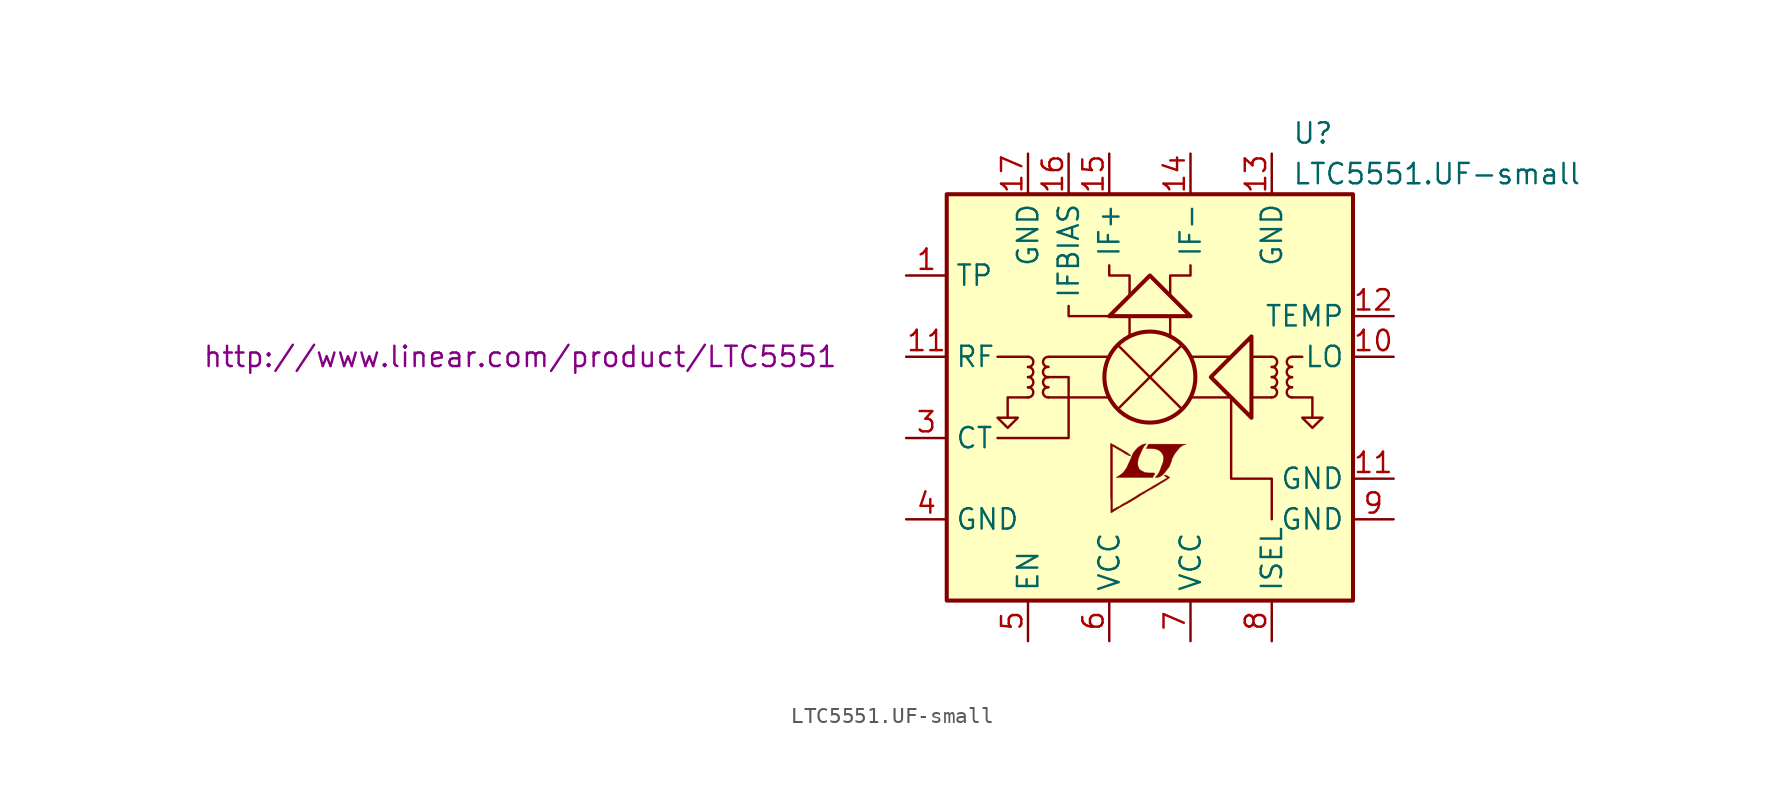
<source format=kicad_sym>
(kicad_symbol_lib
  (version 20201005)
  (generator kicad_symbol_editor)
  (symbol "LTC5551.UF-small"
    (property "Reference" "U"
      (at 8.89 16.51 0)
      (effects (font (size 1.27 1.27)) (justify left)))
    (property "Value" "LTC5551.UF-small"
      (at 8.89 13.97 0)
      (effects (font (size 1.27 1.27)) (justify left)))
    (property "Datasheet" "http://www.linear.com/product/LTC5551"
      (at -39.37 2.54 0)
      (effects (font (size 1.27 1.27))))
    (symbol "LTC5551.UF-small_0_0"
      (polyline (pts (xy 0.584 -4.978) (xy 0.762 -4.877) (xy 0.914 -4.724) (xy 1.219 -4.318) (xy 1.321 -4.064) (xy 1.397 -3.81) (xy 1.549 -3.531) (xy 1.727 -3.302) (xy 1.905 -3.099) (xy 2.108 -2.972) (xy 2.261 -2.921) (xy -0.076 -2.921) (xy -0.152 -3.048) (xy -0.152 -3.073) (xy -0.203 -3.15) (xy -0.229 -3.175) (xy -0.178 -3.2) (xy 0.102 -3.2) (xy 0.356 -3.226) (xy 0.559 -3.302) (xy 0.711 -3.429) (xy 0.813 -3.581) (xy 0.864 -3.759) (xy 0.838 -3.988) (xy 0.838 -4.013) (xy 0.61 -4.623) (xy 0.508 -4.801) (xy 0.406 -4.928) (xy 0.33 -5.004) (xy 0.432 -5.004) (xy 0.584 -4.978)) (stroke (width 0.025)) (fill (type outline)))
      (polyline (pts (xy 0.229 -4.902) (xy 0.254 -4.877) (xy 0.305 -4.801) (xy 0.305 -4.75) (xy 0.254 -4.724) (xy -0.051 -4.724) (xy -0.305 -4.699) (xy -0.508 -4.597) (xy -0.66 -4.496) (xy -0.737 -4.318) (xy -0.762 -4.14) (xy -0.737 -3.912) (xy -0.737 -3.886) (xy -0.686 -3.734) (xy -0.533 -3.378) (xy -0.381 -3.073) (xy -0.305 -2.997) (xy -0.229 -2.896) (xy -0.356 -2.921) (xy -0.508 -2.972) (xy -0.711 -3.099) (xy -0.889 -3.277) (xy -1.041 -3.48) (xy -1.168 -3.759) (xy -1.168 -3.785) (xy -1.321 -4.115) (xy -1.448 -4.394) (xy -1.6 -4.623) (xy -1.753 -4.775) (xy -1.93 -4.902) (xy -2.108 -5.004) (xy 0.178 -5.004) (xy 0.229 -4.902)) (stroke (width 0.025)) (fill (type outline)))
      (polyline (pts (xy -2.362 -7.188) (xy -2.286 -7.137) (xy -2.159 -7.061) (xy -2.083 -7.01) (xy -1.829 -6.858) (xy -1.27 -6.553) (xy -0.762 -6.248) (xy -0.533 -6.096) (xy -0.356 -5.994) (xy -0.203 -5.893) (xy -0.102 -5.842) (xy -0.025 -5.791) (xy 0.127 -5.715) (xy 0.305 -5.613) (xy 0.711 -5.359) (xy 0.889 -5.258) (xy 1.041 -5.156) (xy 1.143 -5.08) (xy 1.219 -5.029) (xy 1.245 -5.004) (xy 1.092 -4.902) (xy 0.94 -4.851) (xy 0.914 -4.877) (xy 0.914 -4.902) (xy 0.991 -4.953) (xy 1.092 -5.029) (xy 0.178 -5.563) (xy -0.025 -5.69) (xy -0.33 -5.867) (xy -0.66 -6.045) (xy -0.965 -6.248) (xy -1.27 -6.426) (xy -1.524 -6.579) (xy -1.727 -6.68) (xy -1.905 -6.807) (xy -2.083 -6.883) (xy -2.21 -6.96) (xy -2.311 -7.01) (xy -2.337 -7.036) (xy -2.337 -3.048) (xy -1.803 -3.353) (xy -1.676 -3.429) (xy -1.524 -3.531) (xy -1.372 -3.607) (xy -1.295 -3.632) (xy -1.245 -3.658) (xy -1.219 -3.658) (xy -1.219 -3.607) (xy -1.295 -3.556) (xy -1.422 -3.454) (xy -1.6 -3.353) (xy -1.727 -3.277) (xy -2.083 -3.073) (xy -2.21 -2.997) (xy -2.464 -2.87) (xy -2.464 -6.147) (xy -2.438 -6.452) (xy -2.438 -7.214) (xy -2.413 -7.214) (xy -2.362 -7.188)) (stroke (width 0.025)) (fill (type outline))))
    (symbol "LTC5551.UF-small_0_1"
      (arc (start -7.62 0) (end -7.62 0.635) (radius (at -7.62 0.3048) (length 0.3048) (angles -89.9 89.9)) (stroke (width 0)) (fill (type none)))
      (arc (start -7.62 0.635) (end -7.62 1.27) (radius (at -7.62 0.9398) (length 0.3048) (angles -89.9 89.9)) (stroke (width 0)) (fill (type none)))
      (arc (start -7.62 1.27) (end -7.62 1.905) (radius (at -7.62 1.5748) (length 0.3048) (angles -89.9 89.9)) (stroke (width 0)) (fill (type none)))
      (arc (start -7.62 1.905) (end -7.62 2.54) (radius (at -7.62 2.2098) (length 0.3048) (angles -89.9 89.9)) (stroke (width 0)) (fill (type none)))
      (arc (start -6.35 0.635) (end -6.35 0) (radius (at -6.35 0.3302) (length 0.3048) (angles 90.1 -90.1)) (stroke (width 0)) (fill (type none)))
      (arc (start -6.35 1.27) (end -6.35 0.635) (radius (at -6.35 0.9652) (length 0.3048) (angles 90.1 -90.1)) (stroke (width 0)) (fill (type none)))
      (arc (start -6.35 1.905) (end -6.35 1.27) (radius (at -6.35 1.6002) (length 0.3048) (angles 90.1 -90.1)) (stroke (width 0)) (fill (type none)))
      (arc (start -6.35 2.54) (end -6.35 1.905) (radius (at -6.35 2.2352) (length 0.3048) (angles 90.1 -90.1)) (stroke (width 0)) (fill (type none)))
      (arc (start 7.62 0) (end 7.62 0.635) (radius (at 7.62 0.3048) (length 0.3048) (angles -89.9 89.9)) (stroke (width 0)) (fill (type none)))
      (arc (start 7.62 0.635) (end 7.62 1.27) (radius (at 7.62 0.9398) (length 0.3048) (angles -89.9 89.9)) (stroke (width 0)) (fill (type none)))
      (arc (start 7.62 1.27) (end 7.62 1.905) (radius (at 7.62 1.5748) (length 0.3048) (angles -89.9 89.9)) (stroke (width 0)) (fill (type none)))
      (arc (start 7.62 1.905) (end 7.62 2.54) (radius (at 7.62 2.2098) (length 0.3048) (angles -89.9 89.9)) (stroke (width 0)) (fill (type none)))
      (arc (start 8.89 0.635) (end 8.89 0) (radius (at 8.89 0.3302) (length 0.3048) (angles 90.1 -90.1)) (stroke (width 0)) (fill (type none)))
      (arc (start 8.89 1.27) (end 8.89 0.635) (radius (at 8.89 0.9652) (length 0.3048) (angles 90.1 -90.1)) (stroke (width 0)) (fill (type none)))
      (arc (start 8.89 1.905) (end 8.89 1.27) (radius (at 8.89 1.6002) (length 0.3048) (angles 90.1 -90.1)) (stroke (width 0)) (fill (type none)))
      (arc (start 8.89 2.54) (end 8.89 1.905) (radius (at 8.89 2.2352) (length 0.3048) (angles 90.1 -90.1)) (stroke (width 0)) (fill (type none)))
      (circle (center 0 1.27) (radius 2.845) (stroke (width 0.254)) (fill (type none)))
      (rectangle (start 12.7 12.7) (end -12.7 -12.7) (stroke (width 0.254)) (fill (type background)))
      (polyline (pts (xy -9.525 2.54) (xy -7.62 2.54)) (stroke (width 0)) (fill (type none)))
      (polyline (pts (xy -6.35 0) (xy -2.54 0)) (stroke (width 0)) (fill (type none)))
      (polyline (pts (xy -6.35 2.54) (xy -2.54 2.54)) (stroke (width 0)) (fill (type none)))
      (polyline (pts (xy -1.905 3.175) (xy 1.905 -0.635)) (stroke (width 0)) (fill (type none)))
      (polyline (pts (xy -1.27 3.81) (xy -1.27 5.08)) (stroke (width 0)) (fill (type none)))
      (polyline (pts (xy 1.27 3.81) (xy 1.27 5.08)) (stroke (width 0)) (fill (type none)))
      (polyline (pts (xy 1.905 3.175) (xy -1.905 -0.635)) (stroke (width 0)) (fill (type none)))
      (polyline (pts (xy 5.08 0) (xy 2.54 0)) (stroke (width 0)) (fill (type none)))
      (polyline (pts (xy 5.08 2.54) (xy 2.54 2.54)) (stroke (width 0)) (fill (type none)))
      (polyline (pts (xy 6.35 2.54) (xy 7.62 2.54)) (stroke (width 0)) (fill (type none)))
      (polyline (pts (xy 7.62 0) (xy 6.35 0)) (stroke (width 0)) (fill (type none)))
      (polyline (pts (xy 9.525 2.54) (xy 8.89 2.54)) (stroke (width 0)) (fill (type none)))
      (polyline (pts (xy -7.62 0) (xy -8.89 0) (xy -8.89 -1.27)) (stroke (width 0)) (fill (type none)))
      (polyline (pts (xy -2.54 5.08) (xy -5.08 5.08) (xy -5.08 5.715)) (stroke (width 0)) (fill (type none)))
      (polyline (pts (xy 8.89 0) (xy 10.16 0) (xy 10.16 -1.27)) (stroke (width 0)) (fill (type none)))
      (polyline (pts (xy -8.89 -1.905) (xy -9.525 -1.27) (xy -8.255 -1.27) (xy -8.89 -1.905)) (stroke (width 0)) (fill (type none)))
      (polyline (pts (xy -6.35 1.27) (xy -5.08 1.27) (xy -5.08 -2.54) (xy -9.525 -2.54)) (stroke (width 0)) (fill (type none)))
      (polyline (pts (xy -1.27 6.35) (xy -1.27 7.62) (xy -2.54 7.62) (xy -2.54 8.255)) (stroke (width 0)) (fill (type none)))
      (polyline (pts (xy 0 7.62) (xy 2.54 5.08) (xy -2.54 5.08) (xy 0 7.62)) (stroke (width 0.254)) (fill (type none)))
      (polyline (pts (xy 1.27 6.35) (xy 1.27 7.62) (xy 2.54 7.62) (xy 2.54 8.255)) (stroke (width 0)) (fill (type none)))
      (polyline (pts (xy 3.81 1.27) (xy 6.35 3.81) (xy 6.35 -1.27) (xy 3.81 1.27)) (stroke (width 0.254)) (fill (type none)))
      (polyline (pts (xy 5.08 0) (xy 5.08 -5.08) (xy 7.62 -5.08) (xy 7.62 -7.62)) (stroke (width 0)) (fill (type none)))
      (polyline (pts (xy 10.16 -1.905) (xy 9.525 -1.27) (xy 10.795 -1.27) (xy 10.16 -1.905)) (stroke (width 0)) (fill (type none))))
    (symbol "LTC5551.UF-small_1_1"
      (pin passive line (at -15.24 7.62 0) (length 2.54) (name "TP" (effects (font (size 1.27 1.27)))) (number "1" (effects (font (size 1.27 1.27)))))
      (pin input line (at 15.24 2.54 180) (length 2.54) (name "LO" (effects (font (size 1.27 1.27)))) (number "10" (effects (font (size 1.27 1.27)))))
      (pin power_in line (at 15.24 -5.08 180) (length 2.54) (name "GND" (effects (font (size 1.27 1.27)))) (number "11" (effects (font (size 1.27 1.27)))))
      (pin input line (at -15.24 2.54 0) (length 2.54) (name "RF" (effects (font (size 1.27 1.27)))) (number "11" (effects (font (size 1.27 1.27)))))
      (pin passive line (at 15.24 5.08 180) (length 2.54) (name "TEMP" (effects (font (size 1.27 1.27)))) (number "12" (effects (font (size 1.27 1.27)))))
      (pin power_in line (at 7.62 15.24 270) (length 2.54) (name "GND" (effects (font (size 1.27 1.27)))) (number "13" (effects (font (size 1.27 1.27)))))
      (pin output line (at 2.54 15.24 270) (length 2.54) (name "IF-" (effects (font (size 1.27 1.27)))) (number "14" (effects (font (size 1.27 1.27)))))
      (pin output line (at -2.54 15.24 270) (length 2.54) (name "IF+" (effects (font (size 1.27 1.27)))) (number "15" (effects (font (size 1.27 1.27)))))
      (pin passive line (at -5.08 15.24 270) (length 2.54) (name "IFBIAS" (effects (font (size 1.27 1.27)))) (number "16" (effects (font (size 1.27 1.27)))))
      (pin power_in line (at -7.62 15.24 270) (length 2.54) (name "GND" (effects (font (size 1.27 1.27)))) (number "17" (effects (font (size 1.27 1.27)))))
      (pin passive line (at -15.24 -2.54 0) (length 2.54) (name "CT" (effects (font (size 1.27 1.27)))) (number "3" (effects (font (size 1.27 1.27)))))
      (pin power_in line (at -15.24 -7.62 0) (length 2.54) (name "GND" (effects (font (size 1.27 1.27)))) (number "4" (effects (font (size 1.27 1.27)))))
      (pin input line (at -7.62 -15.24 90) (length 2.54) (name "EN" (effects (font (size 1.27 1.27)))) (number "5" (effects (font (size 1.27 1.27)))))
      (pin power_in line (at -2.54 -15.24 90) (length 2.54) (name "VCC" (effects (font (size 1.27 1.27)))) (number "6" (effects (font (size 1.27 1.27)))))
      (pin power_in line (at 2.54 -15.24 90) (length 2.54) (name "VCC" (effects (font (size 1.27 1.27)))) (number "7" (effects (font (size 1.27 1.27)))))
      (pin passive line (at 7.62 -15.24 90) (length 2.54) (name "ISEL" (effects (font (size 1.27 1.27)))) (number "8" (effects (font (size 1.27 1.27)))))
      (pin power_in line (at 15.24 -7.62 180) (length 2.54) (name "GND" (effects (font (size 1.27 1.27)))) (number "9" (effects (font (size 1.27 1.27))))))))
</source>
